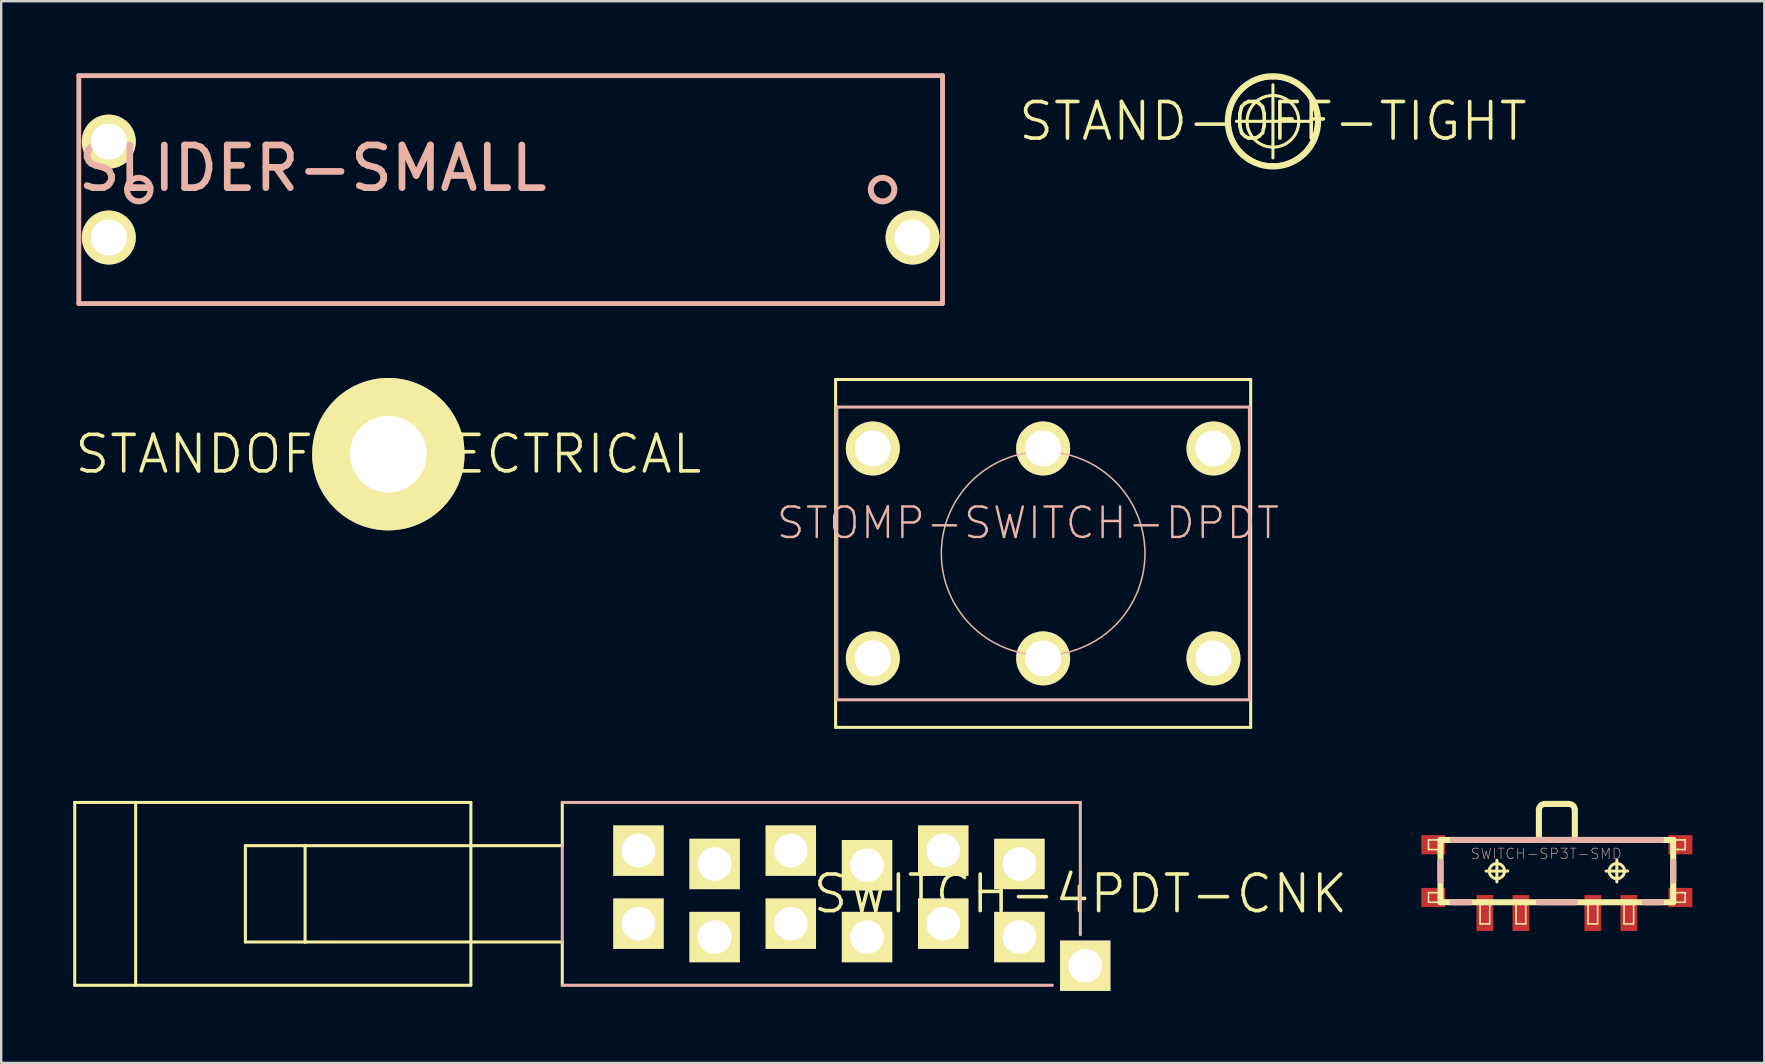
<source format=kicad_pcb>
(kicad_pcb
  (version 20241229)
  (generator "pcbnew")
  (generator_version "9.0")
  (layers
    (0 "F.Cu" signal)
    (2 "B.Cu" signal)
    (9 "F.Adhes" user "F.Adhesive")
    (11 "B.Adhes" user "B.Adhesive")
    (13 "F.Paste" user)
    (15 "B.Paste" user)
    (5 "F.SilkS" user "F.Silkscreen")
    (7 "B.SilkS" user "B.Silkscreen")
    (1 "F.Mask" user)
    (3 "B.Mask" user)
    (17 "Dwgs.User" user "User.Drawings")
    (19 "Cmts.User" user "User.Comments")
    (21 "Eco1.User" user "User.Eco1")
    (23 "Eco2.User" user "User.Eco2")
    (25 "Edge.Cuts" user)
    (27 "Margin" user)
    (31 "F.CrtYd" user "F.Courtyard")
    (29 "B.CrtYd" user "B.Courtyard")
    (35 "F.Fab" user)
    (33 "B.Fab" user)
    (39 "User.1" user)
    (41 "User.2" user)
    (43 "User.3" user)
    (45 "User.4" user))
  (footprint "SLIDER-SMALL"
    (layer "F.Cu")
    (at 18.233 4.851)
    (property "Reference" "SLIDER-SMALL" (at -8.255 -0.889 0) (layer "B.SilkS") (effects (font (size 1.778 1.778) (thickness 0.279))))
    (attr exclude_from_pos_files exclude_from_bom)
    (fp_line (start -17.998 -4.75) (end -17.998 4.75) (stroke (width 0.203) (type solid)) (layer "B.SilkS"))
    (fp_line (start -17.998 4.75) (end 17.998 4.75) (stroke (width 0.203) (type solid)) (layer "B.SilkS"))
    (fp_line (start 17.998 -4.75) (end -17.998 -4.75) (stroke (width 0.203) (type solid)) (layer "B.SilkS"))
    (fp_line (start 17.998 4.75) (end 17.998 -4.75) (stroke (width 0.203) (type solid)) (layer "B.SilkS"))
    (fp_circle (center -15.499 0) (end -15.847 0.348) (stroke (width 0.249) (type solid)) (fill no) (layer "B.SilkS"))
    (fp_circle (center 15.499 0) (end 15.847 0.348) (stroke (width 0.249) (type solid)) (fill no) (layer "B.SilkS"))
    (pad "BOTT" thru_hole circle (at 16.749 1.999) (size 2.248 2.248) (drill 1.499) (layers "*.Cu" "F.Mask" "F.SilkS" "F.Paste"))
    (pad "TOP" thru_hole circle (at -16.749 1.999) (size 2.248 2.248) (drill 1.499) (layers "*.Cu" "F.Mask" "F.SilkS" "F.Paste"))
    (pad "WIPE" thru_hole circle (at -16.749 -1.999) (size 2.248 2.248) (drill 1.499) (layers "*.Cu" "F.Mask" "F.SilkS" "F.Paste")))
  (footprint "SWITCH-4PDT-CNK"
    (layer "F.Cu")
    (at 41.974 34.202)
    (property "Reference" "SWITCH-4PDT-CNK" (at 0 0 0) (layer "F.SilkS") (effects (font (size 1.524 1.524) (thickness 0.15))))
    (attr exclude_from_pos_files exclude_from_bom)
    (fp_line (start -41.91 -3.81) (end -41.91 3.81) (stroke (width 0.127) (type solid)) (layer "F.SilkS"))
    (fp_line (start -41.91 3.81) (end -39.37 3.81) (stroke (width 0.127) (type solid)) (layer "F.SilkS"))
    (fp_line (start -39.37 -3.81) (end -41.91 -3.81) (stroke (width 0.127) (type solid)) (layer "F.SilkS"))
    (fp_line (start -39.37 -3.81) (end -39.37 3.81) (stroke (width 0.127) (type solid)) (layer "F.SilkS"))
    (fp_line (start -39.37 3.81) (end -25.4 3.81) (stroke (width 0.127) (type solid)) (layer "F.SilkS"))
    (fp_line (start -34.798 -2.007) (end -34.798 2.007) (stroke (width 0.127) (type solid)) (layer "F.SilkS"))
    (fp_line (start -34.798 2.007) (end -32.281 2.007) (stroke (width 0.127) (type solid)) (layer "F.SilkS"))
    (fp_line (start -32.309 -2.007) (end -34.798 -2.007) (stroke (width 0.127) (type solid)) (layer "F.SilkS"))
    (fp_line (start -32.309 -2.007) (end -32.309 2.007) (stroke (width 0.127) (type solid)) (layer "F.SilkS"))
    (fp_line (start -32.309 2.007) (end -32.281 2.007) (stroke (width 0.127) (type solid)) (layer "F.SilkS"))
    (fp_line (start -32.281 2.007) (end -21.59 2.007) (stroke (width 0.127) (type solid)) (layer "F.SilkS"))
    (fp_line (start -25.4 -3.81) (end -39.37 -3.81) (stroke (width 0.127) (type solid)) (layer "F.SilkS"))
    (fp_line (start -25.4 3.81) (end -25.4 -3.81) (stroke (width 0.127) (type solid)) (layer "F.SilkS"))
    (fp_line (start -21.59 -3.81) (end -21.59 -2.007) (stroke (width 0.127) (type solid)) (layer "F.SilkS"))
    (fp_line (start -21.59 -2.007) (end -32.309 -2.007) (stroke (width 0.127) (type solid)) (layer "F.SilkS"))
    (fp_line (start -21.59 2.007) (end -21.59 3.81) (stroke (width 0.127) (type solid)) (layer "F.SilkS"))
    (fp_line (start -18.946 -1.801) (end -17.904 -1.801) (stroke (width 0.066) (type solid)) (layer "F.SilkS"))
    (fp_line (start -18.946 -1.217) (end -18.946 -1.801) (stroke (width 0.066) (type solid)) (layer "F.SilkS"))
    (fp_line (start -18.946 -1.217) (end -17.904 -1.217) (stroke (width 0.066) (type solid)) (layer "F.SilkS"))
    (fp_line (start -18.946 1.232) (end -17.904 1.232) (stroke (width 0.066) (type solid)) (layer "F.SilkS"))
    (fp_line (start -18.946 1.816) (end -18.946 1.232) (stroke (width 0.066) (type solid)) (layer "F.SilkS"))
    (fp_line (start -18.946 1.816) (end -17.904 1.816) (stroke (width 0.066) (type solid)) (layer "F.SilkS"))
    (fp_line (start -17.904 -1.217) (end -17.904 -1.801) (stroke (width 0.066) (type solid)) (layer "F.SilkS"))
    (fp_line (start -17.904 1.816) (end -17.904 1.232) (stroke (width 0.066) (type solid)) (layer "F.SilkS"))
    (fp_line (start -15.761 -1.801) (end -14.719 -1.801) (stroke (width 0.066) (type solid)) (layer "F.SilkS"))
    (fp_line (start -15.761 -1.217) (end -15.761 -1.801) (stroke (width 0.066) (type solid)) (layer "F.SilkS"))
    (fp_line (start -15.761 -1.217) (end -14.719 -1.217) (stroke (width 0.066) (type solid)) (layer "F.SilkS"))
    (fp_line (start -15.761 1.232) (end -14.719 1.232) (stroke (width 0.066) (type solid)) (layer "F.SilkS"))
    (fp_line (start -15.761 1.816) (end -15.761 1.232) (stroke (width 0.066) (type solid)) (layer "F.SilkS"))
    (fp_line (start -15.761 1.816) (end -14.719 1.816) (stroke (width 0.066) (type solid)) (layer "F.SilkS"))
    (fp_line (start -14.719 -1.217) (end -14.719 -1.801) (stroke (width 0.066) (type solid)) (layer "F.SilkS"))
    (fp_line (start -14.719 1.816) (end -14.719 1.232) (stroke (width 0.066) (type solid)) (layer "F.SilkS"))
    (fp_line (start -12.576 -1.801) (end -11.534 -1.801) (stroke (width 0.066) (type solid)) (layer "F.SilkS"))
    (fp_line (start -12.576 -1.217) (end -12.576 -1.801) (stroke (width 0.066) (type solid)) (layer "F.SilkS"))
    (fp_line (start -12.576 -1.217) (end -11.534 -1.217) (stroke (width 0.066) (type solid)) (layer "F.SilkS"))
    (fp_line (start -12.576 1.232) (end -11.534 1.232) (stroke (width 0.066) (type solid)) (layer "F.SilkS"))
    (fp_line (start -12.576 1.816) (end -12.576 1.232) (stroke (width 0.066) (type solid)) (layer "F.SilkS"))
    (fp_line (start -12.576 1.816) (end -11.534 1.816) (stroke (width 0.066) (type solid)) (layer "F.SilkS"))
    (fp_line (start -11.534 -1.217) (end -11.534 -1.801) (stroke (width 0.066) (type solid)) (layer "F.SilkS"))
    (fp_line (start -11.534 1.816) (end -11.534 1.232) (stroke (width 0.066) (type solid)) (layer "F.SilkS"))
    (fp_line (start -9.39 -1.801) (end -8.349 -1.801) (stroke (width 0.066) (type solid)) (layer "F.SilkS"))
    (fp_line (start -9.39 -1.217) (end -9.39 -1.801) (stroke (width 0.066) (type solid)) (layer "F.SilkS"))
    (fp_line (start -9.39 -1.217) (end -8.349 -1.217) (stroke (width 0.066) (type solid)) (layer "F.SilkS"))
    (fp_line (start -9.39 1.232) (end -8.349 1.232) (stroke (width 0.066) (type solid)) (layer "F.SilkS"))
    (fp_line (start -9.39 1.816) (end -9.39 1.232) (stroke (width 0.066) (type solid)) (layer "F.SilkS"))
    (fp_line (start -9.39 1.816) (end -8.349 1.816) (stroke (width 0.066) (type solid)) (layer "F.SilkS"))
    (fp_line (start -8.349 -1.217) (end -8.349 -1.801) (stroke (width 0.066) (type solid)) (layer "F.SilkS"))
    (fp_line (start -8.349 1.816) (end -8.349 1.232) (stroke (width 0.066) (type solid)) (layer "F.SilkS"))
    (fp_line (start -6.205 -1.801) (end -5.164 -1.801) (stroke (width 0.066) (type solid)) (layer "F.SilkS"))
    (fp_line (start -6.205 -1.217) (end -6.205 -1.801) (stroke (width 0.066) (type solid)) (layer "F.SilkS"))
    (fp_line (start -6.205 -1.217) (end -5.164 -1.217) (stroke (width 0.066) (type solid)) (layer "F.SilkS"))
    (fp_line (start -6.205 1.232) (end -5.164 1.232) (stroke (width 0.066) (type solid)) (layer "F.SilkS"))
    (fp_line (start -6.205 1.816) (end -6.205 1.232) (stroke (width 0.066) (type solid)) (layer "F.SilkS"))
    (fp_line (start -6.205 1.816) (end -5.164 1.816) (stroke (width 0.066) (type solid)) (layer "F.SilkS"))
    (fp_line (start -5.164 -1.217) (end -5.164 -1.801) (stroke (width 0.066) (type solid)) (layer "F.SilkS"))
    (fp_line (start -5.164 1.816) (end -5.164 1.232) (stroke (width 0.066) (type solid)) (layer "F.SilkS"))
    (fp_line (start -3.02 -1.801) (end -1.979 -1.801) (stroke (width 0.066) (type solid)) (layer "F.SilkS"))
    (fp_line (start -3.02 -1.217) (end -3.02 -1.801) (stroke (width 0.066) (type solid)) (layer "F.SilkS"))
    (fp_line (start -3.02 -1.217) (end -1.979 -1.217) (stroke (width 0.066) (type solid)) (layer "F.SilkS"))
    (fp_line (start -3.02 1.232) (end -1.979 1.232) (stroke (width 0.066) (type solid)) (layer "F.SilkS"))
    (fp_line (start -3.02 1.816) (end -3.02 1.232) (stroke (width 0.066) (type solid)) (layer "F.SilkS"))
    (fp_line (start -3.02 1.816) (end -1.979 1.816) (stroke (width 0.066) (type solid)) (layer "F.SilkS"))
    (fp_line (start -1.979 -1.217) (end -1.979 -1.801) (stroke (width 0.066) (type solid)) (layer "F.SilkS"))
    (fp_line (start -1.979 1.816) (end -1.979 1.232) (stroke (width 0.066) (type solid)) (layer "F.SilkS"))
    (fp_line (start -0.622 2.705) (end 0.417 2.705) (stroke (width 0.066) (type solid)) (layer "F.SilkS"))
    (fp_line (start -0.622 3.289) (end -0.622 2.705) (stroke (width 0.066) (type solid)) (layer "F.SilkS"))
    (fp_line (start -0.622 3.289) (end 0.417 3.289) (stroke (width 0.066) (type solid)) (layer "F.SilkS"))
    (fp_line (start 0.417 3.289) (end 0.417 2.705) (stroke (width 0.066) (type solid)) (layer "F.SilkS"))
    (fp_line (start -21.59 -2.007) (end -21.59 2.007) (stroke (width 0.127) (type solid)) (layer "B.SilkS"))
    (fp_line (start -21.59 3.81) (end -1.168 3.81) (stroke (width 0.127) (type solid)) (layer "B.SilkS"))
    (fp_line (start 0 -3.81) (end -21.59 -3.81) (stroke (width 0.127) (type solid)) (layer "B.SilkS"))
    (fp_line (start 0 1.702) (end 0 -3.81) (stroke (width 0.127) (type solid)) (layer "B.SilkS"))
    (pad "P$13" thru_hole rect (at 0.203 2.997) (size 2.098 2.098) (drill 1.4) (layers "*.Cu" "F.Mask" "F.SilkS" "F.Paste"))
    (pad "PP$1" thru_hole rect (at -18.415 1.245) (size 2.098 2.098) (drill 1.4) (layers "*.Cu" "F.Mask" "F.SilkS" "F.Paste"))
    (pad "PP$1" thru_hole rect (at -8.89 -1.194) (size 2.098 2.098) (drill 1.4) (layers "*.Cu" "F.Mask" "F.SilkS" "F.Paste"))
    (pad "PP$1" thru_hole rect (at -5.715 -1.801) (size 2.098 2.098) (drill 1.4) (layers "*.Cu" "F.Mask" "F.SilkS" "F.Paste"))
    (pad "PP$1" thru_hole rect (at -2.54 -1.245) (size 2.098 2.098) (drill 1.4) (layers "*.Cu" "F.Mask" "F.SilkS" "F.Paste"))
    (pad "PP$2" thru_hole rect (at -15.24 1.801) (size 2.098 2.098) (drill 1.4) (layers "*.Cu" "F.Mask" "F.SilkS" "F.Paste"))
    (pad "PP$3" thru_hole rect (at -12.065 1.245) (size 2.098 2.098) (drill 1.4) (layers "*.Cu" "F.Mask" "F.SilkS" "F.Paste"))
    (pad "PP$4" thru_hole rect (at -8.89 1.801) (size 2.098 2.098) (drill 1.4) (layers "*.Cu" "F.Mask" "F.SilkS" "F.Paste"))
    (pad "PP$5" thru_hole rect (at -5.715 1.245) (size 2.098 2.098) (drill 1.4) (layers "*.Cu" "F.Mask" "F.SilkS" "F.Paste"))
    (pad "PP$6" thru_hole rect (at -2.54 1.801) (size 2.098 2.098) (drill 1.4) (layers "*.Cu" "F.Mask" "F.SilkS" "F.Paste"))
    (pad "PP$7" thru_hole rect (at -18.415 -1.801) (size 2.098 2.098) (drill 1.4) (layers "*.Cu" "F.Mask" "F.SilkS" "F.Paste"))
    (pad "PP$8" thru_hole rect (at -15.24 -1.245) (size 2.098 2.098) (drill 1.4) (layers "*.Cu" "F.Mask" "F.SilkS" "F.Paste"))
    (pad "PP$9" thru_hole rect (at -12.065 -1.801) (size 2.098 2.098) (drill 1.4) (layers "*.Cu" "F.Mask" "F.SilkS" "F.Paste")))
  (footprint "STAND-OFF-TIGHT"
    (layer "F.Cu")
    (at 50.001 2.007)
    (property "Reference" "STAND-OFF-TIGHT" (at 0 0 0) (layer "F.SilkS") (effects (font (size 1.524 1.524) (thickness 0.15))))
    (attr exclude_from_pos_files exclude_from_bom)
    (fp_line (start -1.524 0) (end 1.524 0) (stroke (width 0.127) (type solid)) (layer "F.SilkS"))
    (fp_line (start 0 1.524) (end 0 -1.524) (stroke (width 0.127) (type solid)) (layer "F.SilkS"))
    (fp_arc (start 0 -1.8542) (mid 1.8542 0) (end 0 1.8542) (stroke (width 0.2032) (type solid)) (layer "F.SilkS"))
    (fp_arc (start 0 -1.8542) (mid 1.8542 0) (end 0 1.8542) (stroke (width 0.2032) (type solid)) (layer "F.SilkS"))
    (fp_arc (start 0 1.8542) (mid -1.8542 0) (end 0 -1.8542) (stroke (width 0.2032) (type solid)) (layer "F.SilkS"))
    (fp_arc (start 0 1.8542) (mid -1.8542 0) (end 0 -1.8542) (stroke (width 0.2032) (type solid)) (layer "F.SilkS"))
    (fp_circle (center 0 0) (end -1.397 1.397) (stroke (width 0.064) (type solid)) (fill no) (layer "F.SilkS"))
    (fp_circle (center 0 0) (end -0.762 0.762) (stroke (width 0.127) (type solid)) (fill no) (layer "F.SilkS")))
  (footprint "SWITCH-SP3T-SMD"
    (layer "F.Cu")
    (at 61.834 33.254)
    (property "Reference" "SWITCH-SP3T-SMD" (at -0.445 -0.724 0) (layer "B.SilkS") (effects (font (size 0.432 0.432) (thickness 0.025))))
    (attr smd)
    (fp_line (start -5.349 -1.298) (end -4.849 -1.298) (stroke (width 0.066) (type solid)) (layer "F.SilkS"))
    (fp_line (start -5.349 -0.899) (end -5.349 -1.298) (stroke (width 0.066) (type solid)) (layer "F.SilkS"))
    (fp_line (start -5.349 -0.899) (end -4.849 -0.899) (stroke (width 0.066) (type solid)) (layer "F.SilkS"))
    (fp_line (start -5.349 0.899) (end -4.849 0.899) (stroke (width 0.066) (type solid)) (layer "F.SilkS"))
    (fp_line (start -5.349 1.298) (end -5.349 0.899) (stroke (width 0.066) (type solid)) (layer "F.SilkS"))
    (fp_line (start -5.349 1.298) (end -4.849 1.298) (stroke (width 0.066) (type solid)) (layer "F.SilkS"))
    (fp_line (start -4.849 -1.298) (end 4.849 -1.298) (stroke (width 0.254) (type solid)) (layer "F.SilkS"))
    (fp_line (start -4.849 -0.899) (end -4.849 -1.298) (stroke (width 0.066) (type solid)) (layer "F.SilkS"))
    (fp_line (start -4.849 1.298) (end -4.849 -1.298) (stroke (width 0.254) (type solid)) (layer "F.SilkS"))
    (fp_line (start -4.849 1.298) (end -4.849 0.899) (stroke (width 0.066) (type solid)) (layer "F.SilkS"))
    (fp_line (start -3.198 1.298) (end -2.799 1.298) (stroke (width 0.066) (type solid)) (layer "F.SilkS"))
    (fp_line (start -3.198 2.2) (end -3.198 1.298) (stroke (width 0.066) (type solid)) (layer "F.SilkS"))
    (fp_line (start -3.198 2.2) (end -2.799 2.2) (stroke (width 0.066) (type solid)) (layer "F.SilkS"))
    (fp_line (start -2.949 0) (end -2.05 0) (stroke (width 0.127) (type solid)) (layer "F.SilkS"))
    (fp_line (start -2.799 2.2) (end -2.799 1.298) (stroke (width 0.066) (type solid)) (layer "F.SilkS"))
    (fp_line (start -2.499 0.45) (end -2.499 -0.45) (stroke (width 0.127) (type solid)) (layer "F.SilkS"))
    (fp_line (start -1.699 1.298) (end -1.298 1.298) (stroke (width 0.066) (type solid)) (layer "F.SilkS"))
    (fp_line (start -1.699 2.2) (end -1.699 1.298) (stroke (width 0.066) (type solid)) (layer "F.SilkS"))
    (fp_line (start -1.699 2.2) (end -1.298 2.2) (stroke (width 0.066) (type solid)) (layer "F.SilkS"))
    (fp_line (start -1.298 2.2) (end -1.298 1.298) (stroke (width 0.066) (type solid)) (layer "F.SilkS"))
    (fp_line (start -0.749 -2.548) (end -0.749 -1.298) (stroke (width 0.254) (type solid)) (layer "F.SilkS"))
    (fp_line (start 0.498 -2.799) (end -0.498 -2.799) (stroke (width 0.254) (type solid)) (layer "F.SilkS"))
    (fp_line (start 0.749 -1.298) (end 0.749 -2.548) (stroke (width 0.254) (type solid)) (layer "F.SilkS"))
    (fp_line (start 1.298 1.298) (end 1.699 1.298) (stroke (width 0.066) (type solid)) (layer "F.SilkS"))
    (fp_line (start 1.298 2.2) (end 1.298 1.298) (stroke (width 0.066) (type solid)) (layer "F.SilkS"))
    (fp_line (start 1.298 2.2) (end 1.699 2.2) (stroke (width 0.066) (type solid)) (layer "F.SilkS"))
    (fp_line (start 1.699 2.2) (end 1.699 1.298) (stroke (width 0.066) (type solid)) (layer "F.SilkS"))
    (fp_line (start 2.05 0) (end 2.949 0) (stroke (width 0.127) (type solid)) (layer "F.SilkS"))
    (fp_line (start 2.499 0.45) (end 2.499 -0.45) (stroke (width 0.127) (type solid)) (layer "F.SilkS"))
    (fp_line (start 2.799 1.298) (end 3.198 1.298) (stroke (width 0.066) (type solid)) (layer "F.SilkS"))
    (fp_line (start 2.799 2.2) (end 2.799 1.298) (stroke (width 0.066) (type solid)) (layer "F.SilkS"))
    (fp_line (start 2.799 2.2) (end 3.198 2.2) (stroke (width 0.066) (type solid)) (layer "F.SilkS"))
    (fp_line (start 3.198 2.2) (end 3.198 1.298) (stroke (width 0.066) (type solid)) (layer "F.SilkS"))
    (fp_line (start 4.849 -1.298) (end 4.849 1.298) (stroke (width 0.254) (type solid)) (layer "F.SilkS"))
    (fp_line (start 4.849 -1.298) (end 5.349 -1.298) (stroke (width 0.066) (type solid)) (layer "F.SilkS"))
    (fp_line (start 4.849 -0.899) (end 4.849 -1.298) (stroke (width 0.066) (type solid)) (layer "F.SilkS"))
    (fp_line (start 4.849 -0.899) (end 5.349 -0.899) (stroke (width 0.066) (type solid)) (layer "F.SilkS"))
    (fp_line (start 4.849 0.899) (end 5.349 0.899) (stroke (width 0.066) (type solid)) (layer "F.SilkS"))
    (fp_line (start 4.849 1.298) (end -4.849 1.298) (stroke (width 0.254) (type solid)) (layer "F.SilkS"))
    (fp_line (start 4.849 1.298) (end 4.849 0.899) (stroke (width 0.066) (type solid)) (layer "F.SilkS"))
    (fp_line (start 4.849 1.298) (end 5.349 1.298) (stroke (width 0.066) (type solid)) (layer "F.SilkS"))
    (fp_line (start 5.349 -0.899) (end 5.349 -1.298) (stroke (width 0.066) (type solid)) (layer "F.SilkS"))
    (fp_line (start 5.349 1.298) (end 5.349 0.899) (stroke (width 0.066) (type solid)) (layer "F.SilkS"))
    (fp_arc (start -0.7493 -2.54762) (mid -0.675649 -2.725429) (end -0.49784 -2.79908) (stroke (width 0.254) (type solid)) (layer "F.SilkS"))
    (fp_arc (start 0.49784 -2.79908) (mid 0.675649 -2.725429) (end 0.7493 -2.54762) (stroke (width 0.254) (type solid)) (layer "F.SilkS"))
    (fp_circle (center -2.499 0) (end -2.723 0.224) (stroke (width 0.127) (type solid)) (fill no) (layer "F.SilkS"))
    (fp_circle (center 2.499 0) (end 2.723 0.224) (stroke (width 0.127) (type solid)) (fill no) (layer "F.SilkS"))
    (fp_line (start -4.849 0.399) (end -4.849 -0.399) (stroke (width 0.254) (type solid)) (layer "B.SilkS"))
    (fp_line (start -4.348 -1.298) (end 4.348 -1.298) (stroke (width 0.254) (type solid)) (layer "B.SilkS"))
    (fp_line (start -3.65 1.298) (end -4.348 1.298) (stroke (width 0.254) (type solid)) (layer "B.SilkS"))
    (fp_line (start 0.749 1.298) (end -0.749 1.298) (stroke (width 0.254) (type solid)) (layer "B.SilkS"))
    (fp_line (start 4.348 1.298) (end 3.65 1.298) (stroke (width 0.254) (type solid)) (layer "B.SilkS"))
    (fp_line (start 4.849 -0.399) (end 4.849 0.399) (stroke (width 0.254) (type solid)) (layer "B.SilkS"))
    (pad "1" smd rect (at 3 1.748 180) (size 0.699 1.499) (layers "F.Cu" "F.Mask" "F.Paste"))
    (pad "2" smd rect (at 1.499 1.748 180) (size 0.699 1.499) (layers "F.Cu" "F.Mask" "F.Paste"))
    (pad "3" smd rect (at -1.499 1.748 180) (size 0.699 1.499) (layers "F.Cu" "F.Mask" "F.Paste"))
    (pad "4" smd rect (at -3 1.748 180) (size 0.699 1.499) (layers "F.Cu" "F.Mask" "F.Paste"))
    (pad "P$1" smd rect (at -5.149 1.1 180) (size 0.998 0.798) (layers "F.Cu" "F.Mask" "F.Paste"))
    (pad "P$2" smd rect (at -5.149 -1.1 180) (size 0.998 0.798) (layers "F.Cu" "F.Mask" "F.Paste"))
    (pad "P$3" smd rect (at 5.149 -1.1 180) (size 0.998 0.798) (layers "F.Cu" "F.Mask" "F.Paste"))
    (pad "P$4" smd rect (at 5.149 1.1 180) (size 0.998 0.798) (layers "F.Cu" "F.Mask" "F.Paste")))
  (footprint "STANDOFF-ELECTRICAL"
    (layer "F.Cu")
    (at 13.135 15.878)
    (property "Reference" "STANDOFF-ELECTRICAL" (at 0 0 0) (layer "F.SilkS") (effects (font (size 1.524 1.524) (thickness 0.15))))
    (attr exclude_from_pos_files exclude_from_bom)
    (pad "P1" thru_hole circle (at 0 0) (size 6.35 6.35) (drill 3.198) (layers "*.Cu" "F.Mask" "F.SilkS" "F.Paste")))
  (footprint "STOMP-SWITCH-DPDT"
    (layer "F.Cu")
    (at 40.424 20.015)
    (property "Reference" "STOMP-SWITCH-DPDT" (at -0.635 -1.27 0) (layer "B.SilkS") (effects (font (size 1.27 1.27) (thickness 0.102))))
    (attr exclude_from_pos_files exclude_from_bom)
    (fp_line (start -8.649 -7.249) (end 8.649 -7.249) (stroke (width 0.127) (type solid)) (layer "F.SilkS"))
    (fp_line (start -8.649 7.249) (end -8.649 -7.249) (stroke (width 0.127) (type solid)) (layer "F.SilkS"))
    (fp_line (start 8.649 -7.249) (end 8.649 7.249) (stroke (width 0.127) (type solid)) (layer "F.SilkS"))
    (fp_line (start 8.649 7.249) (end -8.649 7.249) (stroke (width 0.127) (type solid)) (layer "F.SilkS"))
    (fp_line (start -8.598 -6.099) (end -8.598 6.099) (stroke (width 0.127) (type solid)) (layer "B.SilkS"))
    (fp_line (start -8.598 6.099) (end 8.598 6.099) (stroke (width 0.127) (type solid)) (layer "B.SilkS"))
    (fp_line (start 8.598 -6.099) (end -8.598 -6.099) (stroke (width 0.127) (type solid)) (layer "B.SilkS"))
    (fp_line (start 8.598 6.099) (end 8.598 -6.099) (stroke (width 0.127) (type solid)) (layer "B.SilkS"))
    (fp_circle (center 0 0) (end -3 3) (stroke (width 0.064) (type solid)) (fill no) (layer "B.SilkS"))
    (pad "P$1" thru_hole circle (at -7.099 -4.374) (size 2.248 2.248) (drill 1.499) (layers "*.Cu" "F.Mask" "F.SilkS" "F.Paste"))
    (pad "P$2" thru_hole circle (at 0 -4.374) (size 2.248 2.248) (drill 1.499) (layers "*.Cu" "F.Mask" "F.SilkS" "F.Paste"))
    (pad "P$3" thru_hole circle (at 7.099 -4.374) (size 2.248 2.248) (drill 1.499) (layers "*.Cu" "F.Mask" "F.SilkS" "F.Paste"))
    (pad "P$4" thru_hole circle (at -7.099 4.374) (size 2.248 2.248) (drill 1.499) (layers "*.Cu" "F.Mask" "F.SilkS" "F.Paste"))
    (pad "P$5" thru_hole circle (at 0 4.374) (size 2.248 2.248) (drill 1.499) (layers "*.Cu" "F.Mask" "F.SilkS" "F.Paste"))
    (pad "P$6" thru_hole circle (at 7.099 4.374) (size 2.248 2.248) (drill 1.499) (layers "*.Cu" "F.Mask" "F.SilkS" "F.Paste")))
  (gr_rect
    (start -3 -3)
    (end 70.481 41.248)
    (stroke (width 0.1) (type default))
    (fill no)
    (layer "Edge.Cuts")))
</source>
